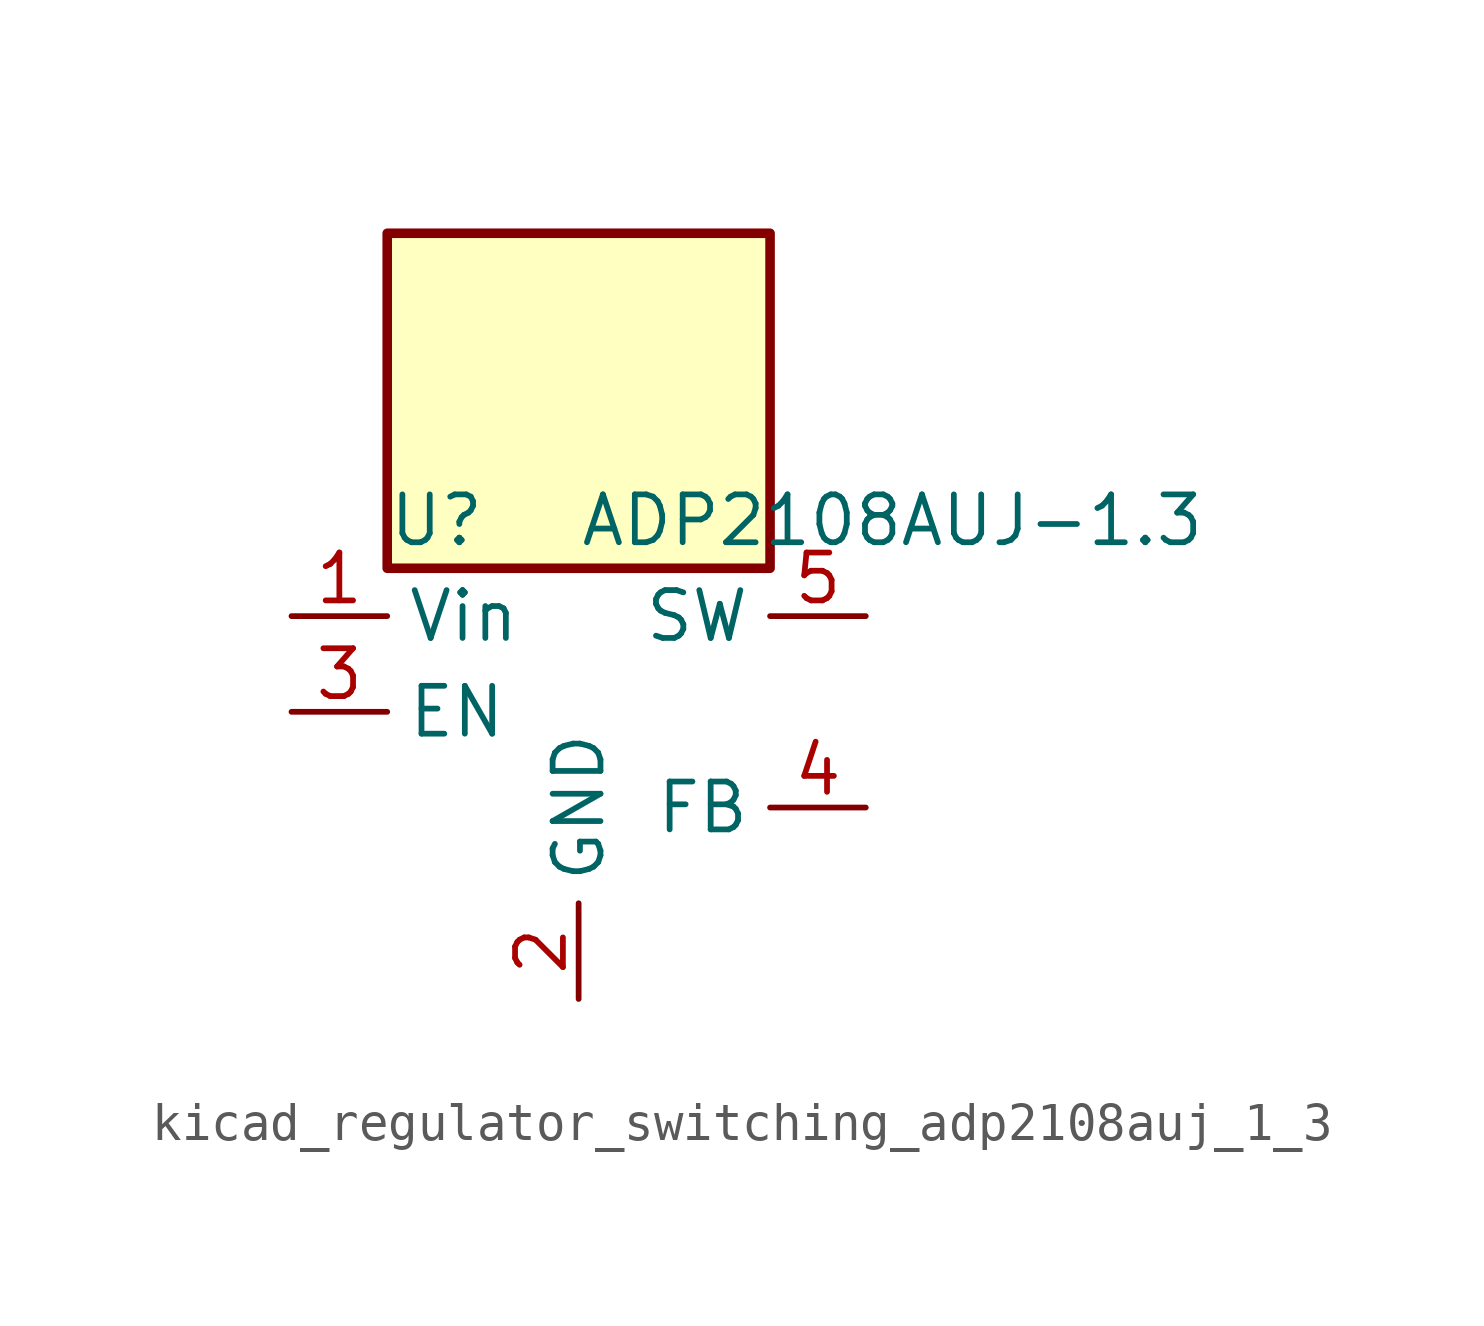
<source format=kicad_sym>
(kicad_symbol_lib
  (version 20220914)
  (generator kicad_symbol_editor)
  (symbol "kicad_regulator_switching_adp2108auj_1_3"
    (property "Reference" "U"
      (at -5.08 5.08 0)
      (effects (font (size 1.27 1.27)) (justify left)))
    (property "Value" "ADP2108AUJ-1.3"
      (at 0 5.08 0)
      (effects (font (size 1.27 1.27)) (justify left)))
    (symbol "kicad_regulator_switching_adp2108auj_1_3_0_1"
      (rectangle (start 5.08 12.7) (end -5.08 3.81) (stroke (width 0.254) (type default)) (fill (type background))))
    (symbol "kicad_regulator_switching_adp2108auj_1_3_1_1"
      (pin power_in line (at -7.62 2.54 0) (length 2.54) (name "Vin" (effects (font (size 1.27 1.27)))) (number "1" (effects (font (size 1.27 1.27)))))
      (pin power_in line (at 0 -7.62 90) (length 2.54) (name "GND" (effects (font (size 1.27 1.27)))) (number "2" (effects (font (size 1.27 1.27)))))
      (pin input line (at -7.62 0 0) (length 2.54) (name "EN" (effects (font (size 1.27 1.27)))) (number "3" (effects (font (size 1.27 1.27)))))
      (pin input line (at 7.62 -2.54 180) (length 2.54) (name "FB" (effects (font (size 1.27 1.27)))) (number "4" (effects (font (size 1.27 1.27)))))
      (pin input line (at 7.62 2.54 180) (length 2.54) (name "SW" (effects (font (size 1.27 1.27)))) (number "5" (effects (font (size 1.27 1.27))))))))
</source>
